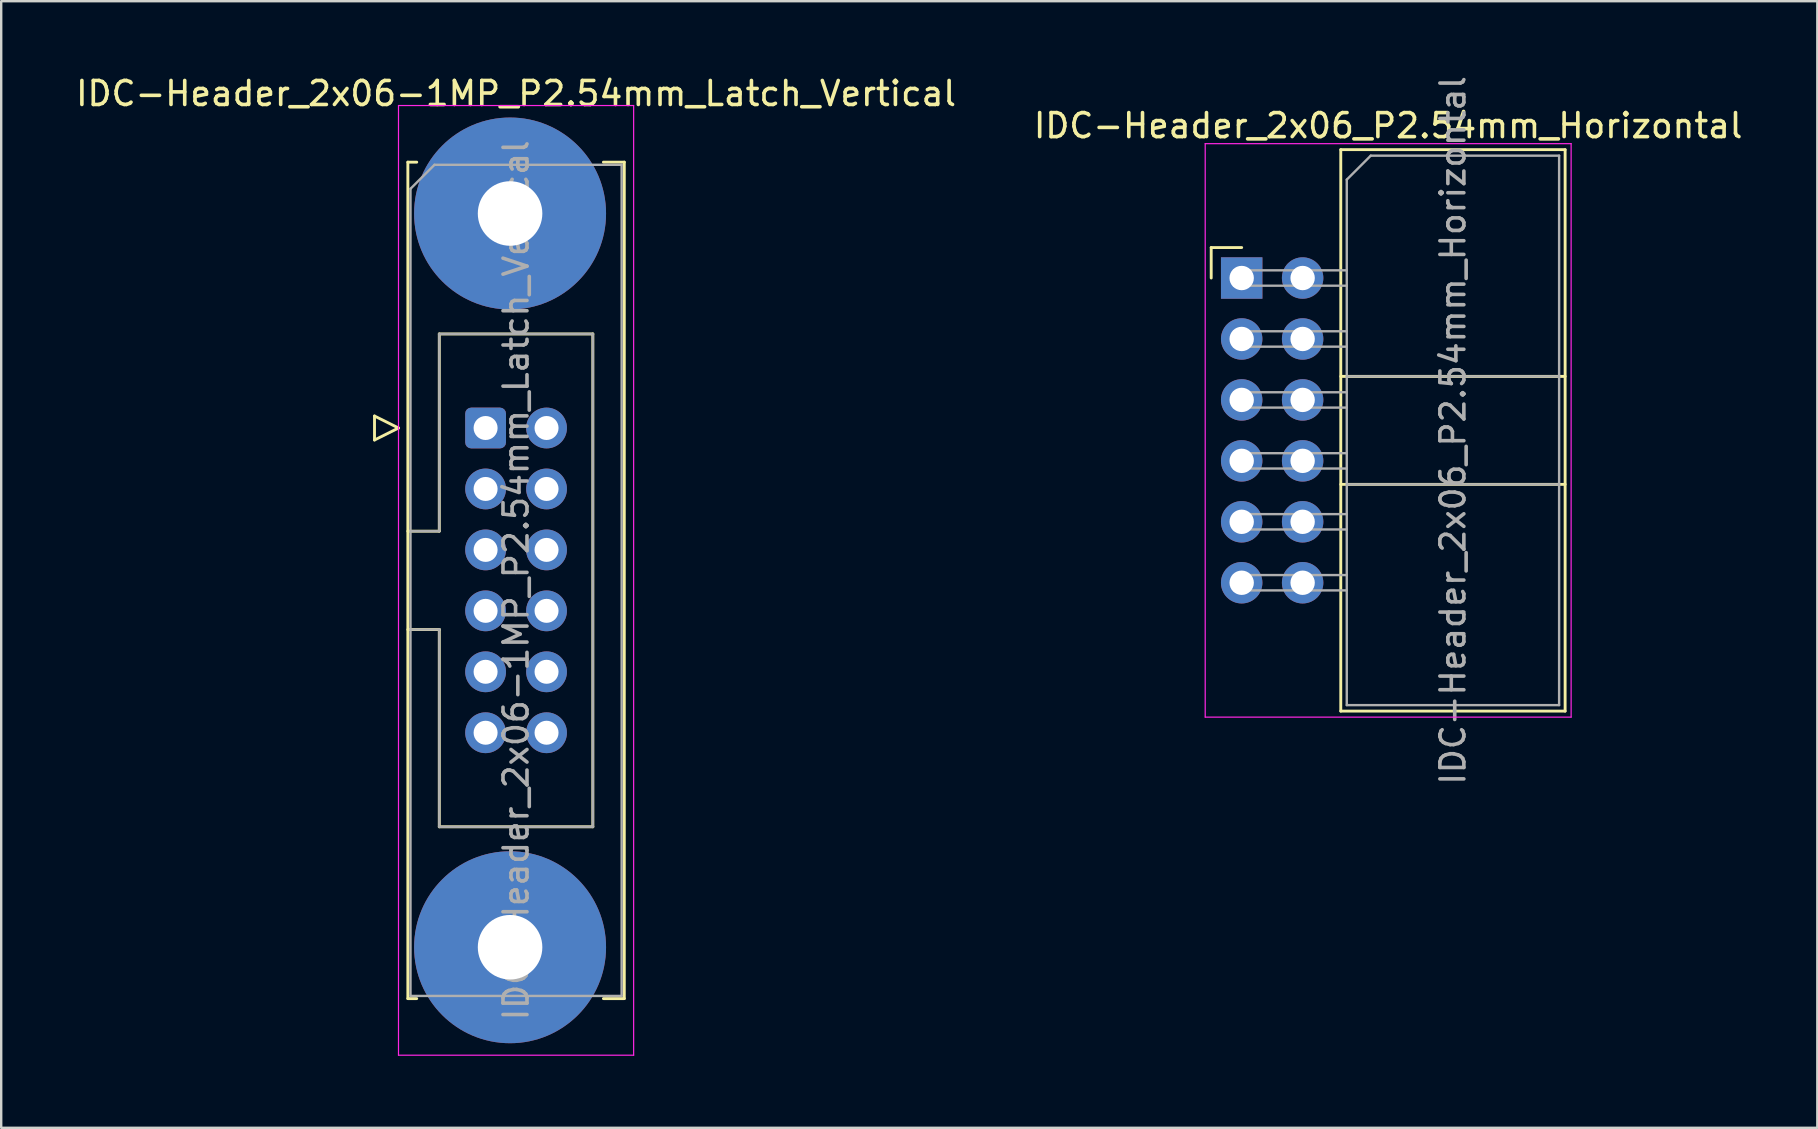
<source format=kicad_pcb>
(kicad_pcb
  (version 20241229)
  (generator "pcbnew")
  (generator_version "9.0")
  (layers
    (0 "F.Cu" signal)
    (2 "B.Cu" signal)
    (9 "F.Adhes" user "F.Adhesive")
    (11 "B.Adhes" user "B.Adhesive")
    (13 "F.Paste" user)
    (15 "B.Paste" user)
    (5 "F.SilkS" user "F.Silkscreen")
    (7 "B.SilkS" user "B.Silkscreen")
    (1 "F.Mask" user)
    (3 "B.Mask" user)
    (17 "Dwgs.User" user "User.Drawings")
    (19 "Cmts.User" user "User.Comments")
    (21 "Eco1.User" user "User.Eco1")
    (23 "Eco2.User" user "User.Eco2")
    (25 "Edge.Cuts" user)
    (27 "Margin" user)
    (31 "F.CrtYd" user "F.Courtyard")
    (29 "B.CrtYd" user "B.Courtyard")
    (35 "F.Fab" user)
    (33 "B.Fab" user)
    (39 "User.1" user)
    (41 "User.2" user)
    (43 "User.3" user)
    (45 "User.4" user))
  (footprint "IDC-Header_2x06-1MP_P2.54mm_Latch_Vertical"
    (layer "F.Cu")
    (at 17.188 14.788)
    (property "Reference" "IDC-Header_2x06-1MP_P2.54mm_Latch_Vertical" (at 1.27 -13.94 0) (layer "F.SilkS") (effects (font (size 1 1) (thickness 0.15))))
    (attr through_hole)
    (fp_line (start -4.63 -0.5) (end -4.63 0.5) (stroke (width 0.12) (type solid)) (layer "F.SilkS"))
    (fp_line (start -4.63 0.5) (end -3.63 0) (stroke (width 0.12) (type solid)) (layer "F.SilkS"))
    (fp_line (start -3.63 0) (end -4.63 -0.5) (stroke (width 0.12) (type solid)) (layer "F.SilkS"))
    (fp_line (start -3.24 -11.08) (end -3.24 23.78) (stroke (width 0.12) (type solid)) (layer "F.SilkS"))
    (fp_line (start -3.24 4.3) (end -1.93 4.3) (stroke (width 0.12) (type solid)) (layer "F.SilkS"))
    (fp_line (start -3.24 23.78) (end -2.87 23.78) (stroke (width 0.12) (type solid)) (layer "F.SilkS"))
    (fp_line (start -2.87 -11.08) (end -3.24 -11.08) (stroke (width 0.12) (type solid)) (layer "F.SilkS"))
    (fp_line (start -1.93 -3.92) (end 4.47 -3.92) (stroke (width 0.12) (type solid)) (layer "F.SilkS"))
    (fp_line (start -1.93 4.3) (end -1.93 -3.92) (stroke (width 0.12) (type solid)) (layer "F.SilkS"))
    (fp_line (start -1.93 8.4) (end -3.24 8.4) (stroke (width 0.12) (type solid)) (layer "F.SilkS"))
    (fp_line (start -1.93 8.4) (end -1.93 8.4) (stroke (width 0.12) (type solid)) (layer "F.SilkS"))
    (fp_line (start -1.93 16.62) (end -1.93 8.4) (stroke (width 0.12) (type solid)) (layer "F.SilkS"))
    (fp_line (start 4.47 -3.92) (end 4.47 16.62) (stroke (width 0.12) (type solid)) (layer "F.SilkS"))
    (fp_line (start 4.47 16.62) (end -1.93 16.62) (stroke (width 0.12) (type solid)) (layer "F.SilkS"))
    (fp_line (start 4.91 -11.08) (end 5.78 -11.08) (stroke (width 0.12) (type solid)) (layer "F.SilkS"))
    (fp_line (start 5.78 -11.08) (end 5.78 23.78) (stroke (width 0.12) (type solid)) (layer "F.SilkS"))
    (fp_line (start 5.78 23.78) (end 4.91 23.78) (stroke (width 0.12) (type solid)) (layer "F.SilkS"))
    (fp_line (start -3.63 -13.44) (end -3.63 26.14) (stroke (width 0.05) (type solid)) (layer "F.CrtYd"))
    (fp_line (start -3.63 26.14) (end 6.17 26.14) (stroke (width 0.05) (type solid)) (layer "F.CrtYd"))
    (fp_line (start 6.17 -13.44) (end -3.63 -13.44) (stroke (width 0.05) (type solid)) (layer "F.CrtYd"))
    (fp_line (start 6.17 26.14) (end 6.17 -13.44) (stroke (width 0.05) (type solid)) (layer "F.CrtYd"))
    (fp_line (start -3.13 -9.97) (end -2.13 -10.97) (stroke (width 0.1) (type solid)) (layer "F.Fab"))
    (fp_line (start -3.13 4.3) (end -1.93 4.3) (stroke (width 0.1) (type solid)) (layer "F.Fab"))
    (fp_line (start -3.13 23.67) (end -3.13 -9.97) (stroke (width 0.1) (type solid)) (layer "F.Fab"))
    (fp_line (start -2.13 -10.97) (end 5.67 -10.97) (stroke (width 0.1) (type solid)) (layer "F.Fab"))
    (fp_line (start -1.93 -3.92) (end 4.47 -3.92) (stroke (width 0.1) (type solid)) (layer "F.Fab"))
    (fp_line (start -1.93 4.3) (end -1.93 -3.92) (stroke (width 0.1) (type solid)) (layer "F.Fab"))
    (fp_line (start -1.93 8.4) (end -3.13 8.4) (stroke (width 0.1) (type solid)) (layer "F.Fab"))
    (fp_line (start -1.93 8.4) (end -1.93 8.4) (stroke (width 0.1) (type solid)) (layer "F.Fab"))
    (fp_line (start -1.93 16.62) (end -1.93 8.4) (stroke (width 0.1) (type solid)) (layer "F.Fab"))
    (fp_line (start 4.47 -3.92) (end 4.47 16.62) (stroke (width 0.1) (type solid)) (layer "F.Fab"))
    (fp_line (start 4.47 16.62) (end -1.93 16.62) (stroke (width 0.1) (type solid)) (layer "F.Fab"))
    (fp_line (start 5.67 -10.97) (end 5.67 23.67) (stroke (width 0.1) (type solid)) (layer "F.Fab"))
    (fp_line (start 5.67 23.67) (end -3.13 23.67) (stroke (width 0.1) (type solid)) (layer "F.Fab"))
    (fp_text user "${REFERENCE}" (at 1.27 6.35 90) (layer "F.Fab") (effects (font (size 1 1) (thickness 0.15))))
    (pad "1" thru_hole roundrect (at 0 0) (size 1.7 1.7) (drill 1) (layers "*.Cu" "*.Mask") (roundrect_rratio 0.147))
    (pad "2" thru_hole circle (at 2.54 0) (size 1.7 1.7) (drill 1) (layers "*.Cu" "*.Mask"))
    (pad "3" thru_hole circle (at 0 2.54) (size 1.7 1.7) (drill 1) (layers "*.Cu" "*.Mask"))
    (pad "4" thru_hole circle (at 2.54 2.54) (size 1.7 1.7) (drill 1) (layers "*.Cu" "*.Mask"))
    (pad "5" thru_hole circle (at 0 5.08) (size 1.7 1.7) (drill 1) (layers "*.Cu" "*.Mask"))
    (pad "6" thru_hole circle (at 2.54 5.08) (size 1.7 1.7) (drill 1) (layers "*.Cu" "*.Mask"))
    (pad "7" thru_hole circle (at 0 7.62) (size 1.7 1.7) (drill 1) (layers "*.Cu" "*.Mask"))
    (pad "8" thru_hole circle (at 2.54 7.62) (size 1.7 1.7) (drill 1) (layers "*.Cu" "*.Mask"))
    (pad "9" thru_hole circle (at 0 10.16) (size 1.7 1.7) (drill 1) (layers "*.Cu" "*.Mask"))
    (pad "10" thru_hole circle (at 2.54 10.16) (size 1.7 1.7) (drill 1) (layers "*.Cu" "*.Mask"))
    (pad "11" thru_hole circle (at 0 12.7) (size 1.7 1.7) (drill 1) (layers "*.Cu" "*.Mask"))
    (pad "12" thru_hole circle (at 2.54 12.7) (size 1.7 1.7) (drill 1) (layers "*.Cu" "*.Mask"))
    (pad "MP" thru_hole circle (at 1.02 -8.94) (size 8 8) (drill 2.69) (layers "*.Cu" "*.Mask"))
    (pad "MP" thru_hole circle (at 1.02 21.64) (size 8 8) (drill 2.69) (layers "*.Cu" "*.Mask")))
  (footprint "IDC-Header_2x06_P2.54mm_Horizontal"
    (layer "F.Cu")
    (at 48.699 8.537)
    (property "Reference" "IDC-Header_2x06_P2.54mm_Horizontal" (at 6.105 -6.35 0) (layer "F.SilkS") (effects (font (size 1 1) (thickness 0.15))))
    (attr through_hole)
    (fp_line (start -1.27 -1.27) (end -1.27 0) (stroke (width 0.12) (type solid)) (layer "F.SilkS"))
    (fp_line (start 0 -1.27) (end -1.27 -1.27) (stroke (width 0.12) (type solid)) (layer "F.SilkS"))
    (fp_line (start 4.13 -5.35) (end 13.48 -5.35) (stroke (width 0.12) (type solid)) (layer "F.SilkS"))
    (fp_line (start 4.13 4.1) (end 13.48 4.1) (stroke (width 0.12) (type solid)) (layer "F.SilkS"))
    (fp_line (start 4.13 8.6) (end 13.48 8.6) (stroke (width 0.12) (type solid)) (layer "F.SilkS"))
    (fp_line (start 4.13 18.05) (end 4.13 -5.35) (stroke (width 0.12) (type solid)) (layer "F.SilkS"))
    (fp_line (start 4.13 18.05) (end 13.48 18.05) (stroke (width 0.12) (type solid)) (layer "F.SilkS"))
    (fp_line (start 13.48 -5.35) (end 13.48 18.05) (stroke (width 0.12) (type solid)) (layer "F.SilkS"))
    (fp_line (start -1.52 -5.6) (end 13.73 -5.6) (stroke (width 0.05) (type solid)) (layer "F.CrtYd"))
    (fp_line (start -1.52 18.3) (end -1.52 -5.6) (stroke (width 0.05) (type solid)) (layer "F.CrtYd"))
    (fp_line (start 13.73 -5.6) (end 13.73 18.3) (stroke (width 0.05) (type solid)) (layer "F.CrtYd"))
    (fp_line (start 13.73 18.3) (end -1.52 18.3) (stroke (width 0.05) (type solid)) (layer "F.CrtYd"))
    (fp_line (start -0.32 -0.32) (end -0.32 0.32) (stroke (width 0.1) (type solid)) (layer "F.Fab"))
    (fp_line (start -0.32 0.32) (end 4.38 0.32) (stroke (width 0.1) (type solid)) (layer "F.Fab"))
    (fp_line (start -0.32 2.22) (end -0.32 2.86) (stroke (width 0.1) (type solid)) (layer "F.Fab"))
    (fp_line (start -0.32 2.86) (end 4.38 2.86) (stroke (width 0.1) (type solid)) (layer "F.Fab"))
    (fp_line (start -0.32 4.76) (end -0.32 5.4) (stroke (width 0.1) (type solid)) (layer "F.Fab"))
    (fp_line (start -0.32 5.4) (end 4.38 5.4) (stroke (width 0.1) (type solid)) (layer "F.Fab"))
    (fp_line (start -0.32 7.3) (end -0.32 7.94) (stroke (width 0.1) (type solid)) (layer "F.Fab"))
    (fp_line (start -0.32 7.94) (end 4.38 7.94) (stroke (width 0.1) (type solid)) (layer "F.Fab"))
    (fp_line (start -0.32 9.84) (end -0.32 10.48) (stroke (width 0.1) (type solid)) (layer "F.Fab"))
    (fp_line (start -0.32 10.48) (end 4.38 10.48) (stroke (width 0.1) (type solid)) (layer "F.Fab"))
    (fp_line (start -0.32 12.38) (end -0.32 13.02) (stroke (width 0.1) (type solid)) (layer "F.Fab"))
    (fp_line (start -0.32 13.02) (end 4.38 13.02) (stroke (width 0.1) (type solid)) (layer "F.Fab"))
    (fp_line (start 4.38 -4.1) (end 5.38 -5.1) (stroke (width 0.1) (type solid)) (layer "F.Fab"))
    (fp_line (start 4.38 -0.32) (end -0.32 -0.32) (stroke (width 0.1) (type solid)) (layer "F.Fab"))
    (fp_line (start 4.38 2.22) (end -0.32 2.22) (stroke (width 0.1) (type solid)) (layer "F.Fab"))
    (fp_line (start 4.38 4.1) (end 13.23 4.1) (stroke (width 0.1) (type solid)) (layer "F.Fab"))
    (fp_line (start 4.38 4.76) (end -0.32 4.76) (stroke (width 0.1) (type solid)) (layer "F.Fab"))
    (fp_line (start 4.38 7.3) (end -0.32 7.3) (stroke (width 0.1) (type solid)) (layer "F.Fab"))
    (fp_line (start 4.38 8.6) (end 13.23 8.6) (stroke (width 0.1) (type solid)) (layer "F.Fab"))
    (fp_line (start 4.38 9.84) (end -0.32 9.84) (stroke (width 0.1) (type solid)) (layer "F.Fab"))
    (fp_line (start 4.38 12.38) (end -0.32 12.38) (stroke (width 0.1) (type solid)) (layer "F.Fab"))
    (fp_line (start 4.38 17.8) (end 4.38 -4.1) (stroke (width 0.1) (type solid)) (layer "F.Fab"))
    (fp_line (start 4.38 17.8) (end 13.23 17.8) (stroke (width 0.1) (type solid)) (layer "F.Fab"))
    (fp_line (start 5.38 -5.1) (end 13.23 -5.1) (stroke (width 0.1) (type solid)) (layer "F.Fab"))
    (fp_line (start 13.23 17.8) (end 13.23 -5.1) (stroke (width 0.1) (type solid)) (layer "F.Fab"))
    (fp_text user "${REFERENCE}" (at 8.805 6.35 90) (layer "F.Fab") (effects (font (size 1 1) (thickness 0.15))))
    (pad "1" thru_hole rect (at 0 0) (size 1.727 1.727) (drill 1.016) (layers "*.Cu" "*.Mask"))
    (pad "2" thru_hole oval (at 2.54 0) (size 1.727 1.727) (drill 1.016) (layers "*.Cu" "*.Mask"))
    (pad "3" thru_hole oval (at 0 2.54) (size 1.727 1.727) (drill 1.016) (layers "*.Cu" "*.Mask"))
    (pad "4" thru_hole oval (at 2.54 2.54) (size 1.727 1.727) (drill 1.016) (layers "*.Cu" "*.Mask"))
    (pad "5" thru_hole oval (at 0 5.08) (size 1.727 1.727) (drill 1.016) (layers "*.Cu" "*.Mask"))
    (pad "6" thru_hole oval (at 2.54 5.08) (size 1.727 1.727) (drill 1.016) (layers "*.Cu" "*.Mask"))
    (pad "7" thru_hole oval (at 0 7.62) (size 1.727 1.727) (drill 1.016) (layers "*.Cu" "*.Mask"))
    (pad "8" thru_hole oval (at 2.54 7.62) (size 1.727 1.727) (drill 1.016) (layers "*.Cu" "*.Mask"))
    (pad "9" thru_hole oval (at 0 10.16) (size 1.727 1.727) (drill 1.016) (layers "*.Cu" "*.Mask"))
    (pad "10" thru_hole oval (at 2.54 10.16) (size 1.727 1.727) (drill 1.016) (layers "*.Cu" "*.Mask"))
    (pad "11" thru_hole oval (at 0 12.7) (size 1.727 1.727) (drill 1.016) (layers "*.Cu" "*.Mask"))
    (pad "12" thru_hole oval (at 2.54 12.7) (size 1.727 1.727) (drill 1.016) (layers "*.Cu" "*.Mask")))
  (gr_rect
    (start -3 -3)
    (end 72.69 43.953)
    (stroke (width 0.1) (type default))
    (fill no)
    (layer "Edge.Cuts")))
</source>
